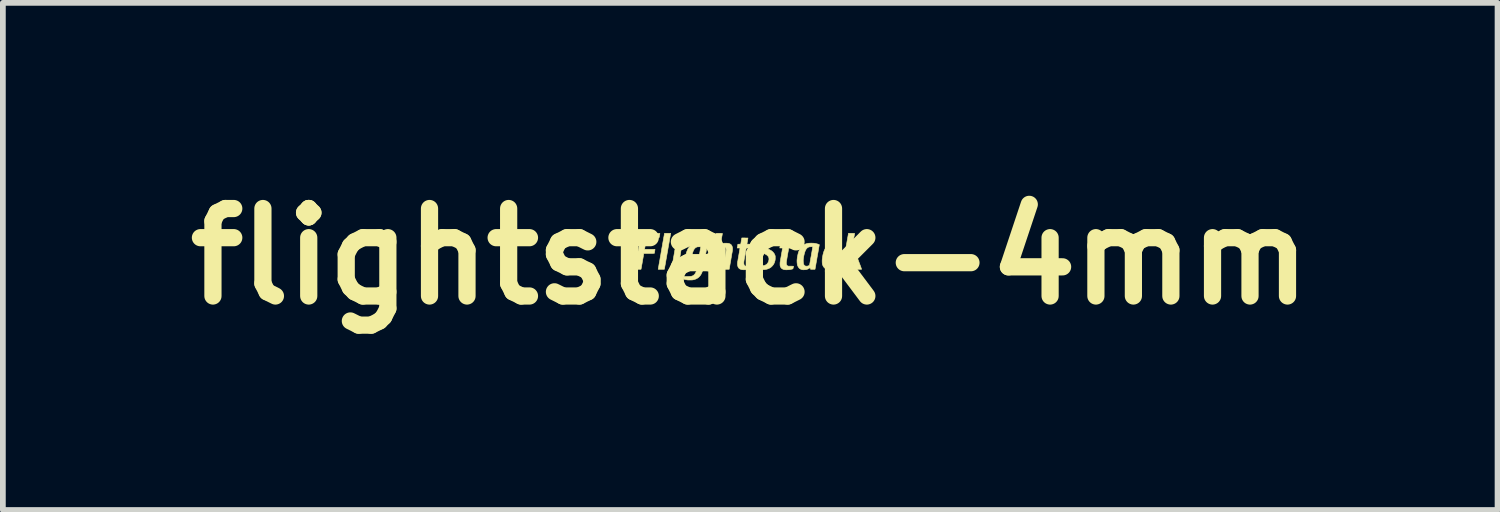
<source format=kicad_pcb>
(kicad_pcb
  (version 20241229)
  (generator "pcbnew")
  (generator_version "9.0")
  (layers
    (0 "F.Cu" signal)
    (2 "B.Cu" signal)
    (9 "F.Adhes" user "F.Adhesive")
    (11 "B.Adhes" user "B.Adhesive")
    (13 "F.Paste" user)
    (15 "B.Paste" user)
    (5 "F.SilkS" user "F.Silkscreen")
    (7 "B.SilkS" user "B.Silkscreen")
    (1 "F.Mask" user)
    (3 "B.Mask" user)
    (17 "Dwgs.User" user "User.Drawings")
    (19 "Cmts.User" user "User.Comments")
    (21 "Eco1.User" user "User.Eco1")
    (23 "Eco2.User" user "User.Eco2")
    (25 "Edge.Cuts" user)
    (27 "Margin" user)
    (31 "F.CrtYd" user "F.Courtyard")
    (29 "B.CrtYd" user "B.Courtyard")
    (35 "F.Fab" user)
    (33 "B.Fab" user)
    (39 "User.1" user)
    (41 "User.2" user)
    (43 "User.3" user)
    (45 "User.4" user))
  (footprint "flightstack-4mm"
    (layer "F.Cu")
    (at 10.022 1.418)
    (property "Reference" "flightstack-4mm" (at 0 0 0) (layer "F.SilkS") (effects (font (size 1.524 1.524) (thickness 0.3))))
    (attr through_hole)
    (fp_poly (pts (xy -1.199 -0.384) (xy -1.188 -0.384) (xy -1.178 -0.384) (xy -1.169 -0.384) (xy -1.163 -0.383) (xy -1.159 -0.383) (xy -1.159 -0.383) (xy -1.159 -0.381) (xy -1.159 -0.377) (xy -1.16 -0.37) (xy -1.162 -0.362) (xy -1.163 -0.352) (xy -1.165 -0.341) (xy -1.167 -0.33) (xy -1.169 -0.319) (xy -1.171 -0.308) (xy -1.172 -0.298) (xy -1.174 -0.29) (xy -1.175 -0.283) (xy -1.176 -0.279) (xy -1.176 -0.279) (xy -1.177 -0.275) (xy -1.23 -0.275) (xy -1.242 -0.275) (xy -1.254 -0.275) (xy -1.264 -0.275) (xy -1.273 -0.275) (xy -1.279 -0.276) (xy -1.283 -0.276) (xy -1.283 -0.276) (xy -1.283 -0.278) (xy -1.283 -0.282) (xy -1.282 -0.289) (xy -1.28 -0.298) (xy -1.278 -0.308) (xy -1.276 -0.32) (xy -1.274 -0.332) (xy -1.272 -0.345) (xy -1.27 -0.357) (xy -1.268 -0.369) (xy -1.266 -0.379) (xy -1.265 -0.384) (xy -1.212 -0.384) (xy -1.199 -0.384)) (stroke (width 0.01) (type solid)) (fill yes) (layer "F.SilkS"))
    (fp_poly (pts (xy -1.227 -0.223) (xy -1.215 -0.223) (xy -1.205 -0.223) (xy -1.197 -0.223) (xy -1.19 -0.223) (xy -1.187 -0.222) (xy -1.186 -0.222) (xy -1.186 -0.221) (xy -1.187 -0.216) (xy -1.188 -0.209) (xy -1.19 -0.199) (xy -1.192 -0.187) (xy -1.194 -0.172) (xy -1.197 -0.156) (xy -1.2 -0.139) (xy -1.203 -0.119) (xy -1.207 -0.099) (xy -1.211 -0.078) (xy -1.214 -0.056) (xy -1.218 -0.033) (xy -1.222 -0.01) (xy -1.226 0.013) (xy -1.231 0.036) (xy -1.234 0.058) (xy -1.238 0.08) (xy -1.242 0.101) (xy -1.246 0.121) (xy -1.249 0.14) (xy -1.252 0.158) (xy -1.255 0.174) (xy -1.258 0.188) (xy -1.26 0.2) (xy -1.262 0.21) (xy -1.263 0.217) (xy -1.264 0.221) (xy -1.264 0.222) (xy -1.265 0.223) (xy -1.266 0.224) (xy -1.268 0.224) (xy -1.271 0.224) (xy -1.275 0.225) (xy -1.282 0.225) (xy -1.291 0.225) (xy -1.302 0.225) (xy -1.316 0.225) (xy -1.318 0.225) (xy -1.331 0.225) (xy -1.342 0.225) (xy -1.353 0.225) (xy -1.361 0.225) (xy -1.367 0.224) (xy -1.371 0.224) (xy -1.371 0.224) (xy -1.371 0.222) (xy -1.37 0.217) (xy -1.369 0.21) (xy -1.367 0.2) (xy -1.365 0.188) (xy -1.363 0.174) (xy -1.36 0.157) (xy -1.357 0.14) (xy -1.353 0.121) (xy -1.35 0.1) (xy -1.346 0.079) (xy -1.342 0.057) (xy -1.338 0.034) (xy -1.334 0.011) (xy -1.33 -0.012) (xy -1.326 -0.034) (xy -1.322 -0.057) (xy -1.318 -0.079) (xy -1.315 -0.1) (xy -1.311 -0.12) (xy -1.308 -0.139) (xy -1.305 -0.157) (xy -1.302 -0.172) (xy -1.299 -0.186) (xy -1.297 -0.198) (xy -1.296 -0.208) (xy -1.294 -0.214) (xy -1.294 -0.219) (xy -1.293 -0.22) (xy -1.292 -0.223) (xy -1.24 -0.223) (xy -1.227 -0.223)) (stroke (width 0.01) (type solid)) (fill yes) (layer "F.SilkS"))
    (fp_poly (pts (xy -1.386 -0.397) (xy -1.387 -0.395) (xy -1.388 -0.39) (xy -1.389 -0.383) (xy -1.391 -0.372) (xy -1.393 -0.359) (xy -1.396 -0.343) (xy -1.399 -0.326) (xy -1.403 -0.306) (xy -1.406 -0.284) (xy -1.411 -0.26) (xy -1.415 -0.235) (xy -1.42 -0.209) (xy -1.425 -0.181) (xy -1.43 -0.152) (xy -1.435 -0.122) (xy -1.44 -0.091) (xy -1.441 -0.086) (xy -1.447 -0.055) (xy -1.452 -0.025) (xy -1.457 0.004) (xy -1.462 0.032) (xy -1.467 0.059) (xy -1.471 0.084) (xy -1.475 0.108) (xy -1.479 0.13) (xy -1.483 0.15) (xy -1.486 0.168) (xy -1.489 0.183) (xy -1.491 0.197) (xy -1.493 0.207) (xy -1.494 0.215) (xy -1.495 0.221) (xy -1.496 0.223) (xy -1.496 0.223) (xy -1.497 0.224) (xy -1.499 0.224) (xy -1.504 0.224) (xy -1.51 0.225) (xy -1.519 0.225) (xy -1.53 0.225) (xy -1.544 0.225) (xy -1.55 0.225) (xy -1.564 0.225) (xy -1.576 0.225) (xy -1.585 0.225) (xy -1.592 0.225) (xy -1.597 0.225) (xy -1.6 0.224) (xy -1.602 0.224) (xy -1.603 0.223) (xy -1.603 0.222) (xy -1.602 0.221) (xy -1.602 0.216) (xy -1.6 0.208) (xy -1.599 0.198) (xy -1.596 0.186) (xy -1.594 0.171) (xy -1.591 0.154) (xy -1.588 0.135) (xy -1.584 0.115) (xy -1.58 0.093) (xy -1.576 0.07) (xy -1.572 0.045) (xy -1.568 0.02) (xy -1.563 -0.006) (xy -1.558 -0.032) (xy -1.554 -0.059) (xy -1.549 -0.086) (xy -1.544 -0.113) (xy -1.54 -0.14) (xy -1.535 -0.167) (xy -1.53 -0.193) (xy -1.526 -0.218) (xy -1.522 -0.242) (xy -1.518 -0.265) (xy -1.514 -0.287) (xy -1.51 -0.307) (xy -1.507 -0.326) (xy -1.504 -0.343) (xy -1.501 -0.358) (xy -1.499 -0.37) (xy -1.497 -0.38) (xy -1.496 -0.388) (xy -1.495 -0.392) (xy -1.495 -0.393) (xy -1.493 -0.402) (xy -1.385 -0.402) (xy -1.386 -0.397)) (stroke (width 0.01) (type solid)) (fill yes) (layer "F.SilkS"))
    (fp_poly (pts (xy 1.525 -0.229) (xy 1.554 -0.224) (xy 1.564 -0.222) (xy 1.573 -0.22) (xy 1.581 -0.218) (xy 1.587 -0.216) (xy 1.592 -0.215) (xy 1.595 -0.213) (xy 1.595 -0.213) (xy 1.594 -0.211) (xy 1.594 -0.207) (xy 1.593 -0.201) (xy 1.592 -0.194) (xy 1.59 -0.187) (xy 1.589 -0.181) (xy 1.588 -0.176) (xy 1.588 -0.173) (xy 1.587 -0.172) (xy 1.587 -0.169) (xy 1.533 -0.169) (xy 1.517 -0.169) (xy 1.503 -0.169) (xy 1.491 -0.168) (xy 1.482 -0.168) (xy 1.474 -0.167) (xy 1.468 -0.166) (xy 1.462 -0.165) (xy 1.457 -0.163) (xy 1.452 -0.161) (xy 1.448 -0.159) (xy 1.437 -0.152) (xy 1.426 -0.142) (xy 1.415 -0.13) (xy 1.406 -0.115) (xy 1.397 -0.098) (xy 1.39 -0.081) (xy 1.385 -0.065) (xy 1.38 -0.047) (xy 1.375 -0.027) (xy 1.371 -0.006) (xy 1.368 0.015) (xy 1.365 0.036) (xy 1.363 0.055) (xy 1.362 0.073) (xy 1.362 0.081) (xy 1.362 0.099) (xy 1.364 0.114) (xy 1.368 0.127) (xy 1.372 0.138) (xy 1.379 0.148) (xy 1.384 0.153) (xy 1.389 0.157) (xy 1.393 0.161) (xy 1.398 0.163) (xy 1.404 0.165) (xy 1.411 0.167) (xy 1.419 0.168) (xy 1.429 0.169) (xy 1.44 0.17) (xy 1.455 0.17) (xy 1.471 0.17) (xy 1.483 0.17) (xy 1.498 0.17) (xy 1.51 0.171) (xy 1.52 0.171) (xy 1.527 0.171) (xy 1.531 0.171) (xy 1.534 0.172) (xy 1.535 0.172) (xy 1.535 0.172) (xy 1.535 0.176) (xy 1.534 0.181) (xy 1.533 0.188) (xy 1.531 0.195) (xy 1.53 0.203) (xy 1.529 0.209) (xy 1.527 0.213) (xy 1.527 0.215) (xy 1.524 0.216) (xy 1.519 0.218) (xy 1.512 0.22) (xy 1.504 0.222) (xy 1.494 0.224) (xy 1.485 0.226) (xy 1.475 0.228) (xy 1.468 0.229) (xy 1.457 0.23) (xy 1.445 0.231) (xy 1.431 0.232) (xy 1.416 0.232) (xy 1.402 0.232) (xy 1.389 0.232) (xy 1.377 0.232) (xy 1.369 0.231) (xy 1.353 0.228) (xy 1.338 0.224) (xy 1.325 0.219) (xy 1.313 0.213) (xy 1.312 0.213) (xy 1.306 0.209) (xy 1.299 0.203) (xy 1.292 0.197) (xy 1.29 0.195) (xy 1.284 0.188) (xy 1.279 0.182) (xy 1.274 0.175) (xy 1.27 0.167) (xy 1.265 0.156) (xy 1.261 0.146) (xy 1.258 0.135) (xy 1.256 0.125) (xy 1.255 0.112) (xy 1.254 0.098) (xy 1.254 0.095) (xy 1.254 0.08) (xy 1.254 0.066) (xy 1.255 0.052) (xy 1.257 0.038) (xy 1.259 0.022) (xy 1.262 0.004) (xy 1.262 0.001) (xy 1.268 -0.031) (xy 1.276 -0.06) (xy 1.284 -0.087) (xy 1.294 -0.111) (xy 1.305 -0.132) (xy 1.317 -0.152) (xy 1.33 -0.17) (xy 1.331 -0.17) (xy 1.344 -0.183) (xy 1.36 -0.196) (xy 1.376 -0.207) (xy 1.394 -0.216) (xy 1.411 -0.222) (xy 1.415 -0.223) (xy 1.441 -0.228) (xy 1.468 -0.231) (xy 1.496 -0.231) (xy 1.525 -0.229)) (stroke (width 0.01) (type solid)) (fill yes) (layer "F.SilkS"))
    (fp_poly (pts (xy -1.714 -0.402) (xy -1.693 -0.402) (xy -1.672 -0.402) (xy -1.653 -0.402) (xy -1.635 -0.402) (xy -1.619 -0.402) (xy -1.606 -0.401) (xy -1.594 -0.401) (xy -1.585 -0.401) (xy -1.578 -0.401) (xy -1.575 -0.401) (xy -1.574 -0.401) (xy -1.574 -0.399) (xy -1.575 -0.394) (xy -1.576 -0.387) (xy -1.577 -0.379) (xy -1.579 -0.369) (xy -1.58 -0.365) (xy -1.586 -0.33) (xy -1.805 -0.33) (xy -1.823 -0.228) (xy -1.826 -0.21) (xy -1.829 -0.193) (xy -1.832 -0.178) (xy -1.834 -0.164) (xy -1.836 -0.152) (xy -1.838 -0.141) (xy -1.839 -0.133) (xy -1.84 -0.128) (xy -1.841 -0.125) (xy -1.841 -0.125) (xy -1.839 -0.125) (xy -1.835 -0.125) (xy -1.828 -0.124) (xy -1.818 -0.124) (xy -1.806 -0.124) (xy -1.793 -0.124) (xy -1.778 -0.124) (xy -1.762 -0.124) (xy -1.75 -0.124) (xy -1.73 -0.124) (xy -1.713 -0.124) (xy -1.698 -0.124) (xy -1.687 -0.124) (xy -1.677 -0.123) (xy -1.67 -0.123) (xy -1.665 -0.123) (xy -1.661 -0.123) (xy -1.66 -0.122) (xy -1.659 -0.122) (xy -1.659 -0.12) (xy -1.66 -0.115) (xy -1.661 -0.108) (xy -1.663 -0.099) (xy -1.664 -0.09) (xy -1.665 -0.088) (xy -1.666 -0.078) (xy -1.668 -0.069) (xy -1.669 -0.062) (xy -1.67 -0.057) (xy -1.67 -0.054) (xy -1.67 -0.054) (xy -1.672 -0.054) (xy -1.676 -0.054) (xy -1.683 -0.054) (xy -1.693 -0.053) (xy -1.705 -0.053) (xy -1.718 -0.053) (xy -1.733 -0.053) (xy -1.749 -0.053) (xy -1.762 -0.053) (xy -1.853 -0.053) (xy -1.854 -0.049) (xy -1.855 -0.047) (xy -1.856 -0.042) (xy -1.857 -0.035) (xy -1.859 -0.024) (xy -1.861 -0.012) (xy -1.863 0.002) (xy -1.866 0.018) (xy -1.869 0.036) (xy -1.873 0.055) (xy -1.876 0.075) (xy -1.878 0.088) (xy -1.882 0.108) (xy -1.885 0.128) (xy -1.889 0.146) (xy -1.892 0.163) (xy -1.894 0.178) (xy -1.897 0.192) (xy -1.899 0.203) (xy -1.9 0.212) (xy -1.902 0.219) (xy -1.902 0.223) (xy -1.903 0.223) (xy -1.904 0.224) (xy -1.909 0.224) (xy -1.916 0.225) (xy -1.924 0.225) (xy -1.934 0.225) (xy -1.945 0.225) (xy -1.956 0.225) (xy -1.968 0.225) (xy -1.978 0.225) (xy -1.988 0.225) (xy -1.997 0.225) (xy -2.003 0.224) (xy -2.008 0.224) (xy -2.009 0.224) (xy -2.009 0.224) (xy -2.009 0.222) (xy -2.008 0.217) (xy -2.007 0.21) (xy -2.005 0.2) (xy -2.003 0.187) (xy -2.001 0.173) (xy -1.998 0.156) (xy -1.994 0.137) (xy -1.991 0.117) (xy -1.987 0.095) (xy -1.983 0.072) (xy -1.979 0.048) (xy -1.974 0.022) (xy -1.97 -0.004) (xy -1.965 -0.03) (xy -1.96 -0.057) (xy -1.956 -0.084) (xy -1.951 -0.111) (xy -1.946 -0.138) (xy -1.942 -0.165) (xy -1.937 -0.191) (xy -1.932 -0.216) (xy -1.928 -0.241) (xy -1.924 -0.264) (xy -1.92 -0.286) (xy -1.917 -0.307) (xy -1.913 -0.326) (xy -1.91 -0.343) (xy -1.908 -0.358) (xy -1.905 -0.371) (xy -1.903 -0.382) (xy -1.902 -0.39) (xy -1.901 -0.395) (xy -1.901 -0.397) (xy -1.9 -0.402) (xy -1.737 -0.402) (xy -1.714 -0.402)) (stroke (width 0.01) (type solid)) (fill yes) (layer "F.SilkS"))
    (fp_poly (pts (xy 1.778 -0.402) (xy 1.789 -0.402) (xy 1.8 -0.402) (xy 1.808 -0.401) (xy 1.814 -0.401) (xy 1.818 -0.401) (xy 1.819 -0.401) (xy 1.818 -0.399) (xy 1.818 -0.394) (xy 1.817 -0.387) (xy 1.815 -0.377) (xy 1.813 -0.364) (xy 1.81 -0.35) (xy 1.807 -0.333) (xy 1.804 -0.315) (xy 1.801 -0.295) (xy 1.797 -0.274) (xy 1.793 -0.252) (xy 1.789 -0.228) (xy 1.787 -0.219) (xy 1.783 -0.195) (xy 1.779 -0.172) (xy 1.775 -0.15) (xy 1.772 -0.13) (xy 1.769 -0.111) (xy 1.766 -0.094) (xy 1.763 -0.078) (xy 1.761 -0.065) (xy 1.759 -0.054) (xy 1.757 -0.045) (xy 1.756 -0.039) (xy 1.756 -0.036) (xy 1.756 -0.036) (xy 1.757 -0.037) (xy 1.76 -0.04) (xy 1.764 -0.046) (xy 1.77 -0.053) (xy 1.777 -0.063) (xy 1.785 -0.074) (xy 1.794 -0.086) (xy 1.804 -0.1) (xy 1.815 -0.114) (xy 1.826 -0.128) (xy 1.895 -0.223) (xy 1.952 -0.223) (xy 1.965 -0.223) (xy 1.977 -0.223) (xy 1.988 -0.223) (xy 1.997 -0.223) (xy 2.004 -0.223) (xy 2.008 -0.223) (xy 2.01 -0.222) (xy 2.009 -0.221) (xy 2.006 -0.217) (xy 2.002 -0.211) (xy 1.996 -0.203) (xy 1.989 -0.193) (xy 1.981 -0.182) (xy 1.971 -0.169) (xy 1.961 -0.155) (xy 1.95 -0.14) (xy 1.938 -0.124) (xy 1.932 -0.117) (xy 1.853 -0.013) (xy 1.897 0.105) (xy 1.904 0.124) (xy 1.911 0.141) (xy 1.917 0.158) (xy 1.923 0.173) (xy 1.928 0.187) (xy 1.932 0.199) (xy 1.936 0.209) (xy 1.938 0.216) (xy 1.94 0.221) (xy 1.941 0.224) (xy 1.941 0.224) (xy 1.939 0.224) (xy 1.935 0.224) (xy 1.928 0.225) (xy 1.918 0.225) (xy 1.908 0.225) (xy 1.895 0.225) (xy 1.883 0.225) (xy 1.826 0.225) (xy 1.823 0.218) (xy 1.822 0.216) (xy 1.82 0.21) (xy 1.817 0.202) (xy 1.814 0.192) (xy 1.809 0.18) (xy 1.804 0.166) (xy 1.799 0.151) (xy 1.793 0.135) (xy 1.787 0.118) (xy 1.784 0.11) (xy 1.778 0.092) (xy 1.772 0.076) (xy 1.767 0.061) (xy 1.762 0.048) (xy 1.758 0.036) (xy 1.754 0.026) (xy 1.751 0.018) (xy 1.749 0.013) (xy 1.748 0.01) (xy 1.748 0.01) (xy 1.747 0.012) (xy 1.746 0.017) (xy 1.745 0.024) (xy 1.743 0.034) (xy 1.741 0.046) (xy 1.739 0.06) (xy 1.736 0.075) (xy 1.733 0.092) (xy 1.73 0.109) (xy 1.728 0.118) (xy 1.71 0.224) (xy 1.656 0.225) (xy 1.642 0.225) (xy 1.63 0.225) (xy 1.621 0.225) (xy 1.614 0.225) (xy 1.609 0.225) (xy 1.606 0.224) (xy 1.604 0.224) (xy 1.603 0.223) (xy 1.603 0.223) (xy 1.603 0.222) (xy 1.603 0.22) (xy 1.604 0.215) (xy 1.605 0.208) (xy 1.607 0.197) (xy 1.609 0.185) (xy 1.612 0.17) (xy 1.615 0.153) (xy 1.618 0.134) (xy 1.621 0.114) (xy 1.625 0.092) (xy 1.629 0.069) (xy 1.633 0.044) (xy 1.638 0.019) (xy 1.642 -0.007) (xy 1.647 -0.034) (xy 1.652 -0.061) (xy 1.657 -0.088) (xy 1.661 -0.115) (xy 1.666 -0.142) (xy 1.671 -0.169) (xy 1.675 -0.195) (xy 1.68 -0.22) (xy 1.684 -0.244) (xy 1.688 -0.268) (xy 1.692 -0.29) (xy 1.696 -0.31) (xy 1.699 -0.329) (xy 1.702 -0.346) (xy 1.705 -0.361) (xy 1.707 -0.374) (xy 1.709 -0.384) (xy 1.71 -0.392) (xy 1.711 -0.396) (xy 1.711 -0.398) (xy 1.712 -0.402) (xy 1.765 -0.402) (xy 1.778 -0.402)) (stroke (width 0.01) (type solid)) (fill yes) (layer "F.SilkS"))
    (fp_poly (pts (xy 0.661 -0.321) (xy 0.672 -0.321) (xy 0.682 -0.321) (xy 0.691 -0.321) (xy 0.697 -0.321) (xy 0.701 -0.321) (xy 0.701 -0.32) (xy 0.701 -0.319) (xy 0.701 -0.314) (xy 0.7 -0.307) (xy 0.698 -0.299) (xy 0.697 -0.289) (xy 0.695 -0.278) (xy 0.693 -0.267) (xy 0.691 -0.256) (xy 0.689 -0.245) (xy 0.687 -0.235) (xy 0.686 -0.227) (xy 0.685 -0.22) (xy 0.684 -0.219) (xy 0.683 -0.214) (xy 0.804 -0.214) (xy 0.803 -0.209) (xy 0.803 -0.205) (xy 0.801 -0.2) (xy 0.8 -0.192) (xy 0.799 -0.184) (xy 0.799 -0.184) (xy 0.795 -0.164) (xy 0.786 -0.161) (xy 0.767 -0.157) (xy 0.746 -0.153) (xy 0.724 -0.149) (xy 0.703 -0.147) (xy 0.693 -0.147) (xy 0.685 -0.146) (xy 0.679 -0.146) (xy 0.675 -0.145) (xy 0.673 -0.145) (xy 0.672 -0.144) (xy 0.671 -0.142) (xy 0.671 -0.14) (xy 0.67 -0.134) (xy 0.668 -0.126) (xy 0.666 -0.115) (xy 0.664 -0.103) (xy 0.662 -0.089) (xy 0.659 -0.074) (xy 0.656 -0.058) (xy 0.653 -0.041) (xy 0.65 -0.024) (xy 0.647 -0.007) (xy 0.644 0.009) (xy 0.642 0.025) (xy 0.639 0.04) (xy 0.637 0.054) (xy 0.635 0.066) (xy 0.633 0.076) (xy 0.632 0.084) (xy 0.631 0.09) (xy 0.63 0.092) (xy 0.629 0.109) (xy 0.629 0.124) (xy 0.632 0.138) (xy 0.636 0.149) (xy 0.642 0.158) (xy 0.65 0.164) (xy 0.66 0.168) (xy 0.661 0.169) (xy 0.665 0.169) (xy 0.671 0.17) (xy 0.68 0.17) (xy 0.691 0.17) (xy 0.702 0.17) (xy 0.711 0.17) (xy 0.723 0.17) (xy 0.733 0.17) (xy 0.742 0.171) (xy 0.748 0.171) (xy 0.752 0.171) (xy 0.754 0.171) (xy 0.754 0.174) (xy 0.753 0.18) (xy 0.751 0.186) (xy 0.75 0.194) (xy 0.748 0.201) (xy 0.747 0.207) (xy 0.745 0.212) (xy 0.744 0.215) (xy 0.744 0.216) (xy 0.741 0.217) (xy 0.735 0.219) (xy 0.727 0.221) (xy 0.719 0.223) (xy 0.711 0.225) (xy 0.707 0.226) (xy 0.688 0.229) (xy 0.668 0.231) (xy 0.649 0.232) (xy 0.63 0.233) (xy 0.613 0.232) (xy 0.601 0.231) (xy 0.582 0.227) (xy 0.567 0.221) (xy 0.553 0.213) (xy 0.542 0.203) (xy 0.533 0.191) (xy 0.526 0.177) (xy 0.523 0.167) (xy 0.521 0.159) (xy 0.52 0.149) (xy 0.52 0.137) (xy 0.52 0.125) (xy 0.52 0.113) (xy 0.521 0.104) (xy 0.521 0.101) (xy 0.522 0.094) (xy 0.524 0.086) (xy 0.526 0.074) (xy 0.528 0.061) (xy 0.53 0.047) (xy 0.533 0.031) (xy 0.536 0.014) (xy 0.539 -0.003) (xy 0.542 -0.021) (xy 0.545 -0.038) (xy 0.548 -0.056) (xy 0.551 -0.072) (xy 0.554 -0.088) (xy 0.556 -0.102) (xy 0.558 -0.115) (xy 0.56 -0.126) (xy 0.562 -0.134) (xy 0.563 -0.14) (xy 0.563 -0.143) (xy 0.564 -0.144) (xy 0.563 -0.145) (xy 0.562 -0.146) (xy 0.559 -0.146) (xy 0.554 -0.146) (xy 0.547 -0.147) (xy 0.54 -0.147) (xy 0.515 -0.147) (xy 0.521 -0.18) (xy 0.526 -0.213) (xy 0.551 -0.213) (xy 0.56 -0.214) (xy 0.567 -0.214) (xy 0.571 -0.214) (xy 0.574 -0.215) (xy 0.575 -0.215) (xy 0.576 -0.217) (xy 0.576 -0.217) (xy 0.577 -0.22) (xy 0.578 -0.225) (xy 0.579 -0.233) (xy 0.581 -0.242) (xy 0.583 -0.253) (xy 0.585 -0.265) (xy 0.585 -0.268) (xy 0.587 -0.28) (xy 0.589 -0.291) (xy 0.591 -0.301) (xy 0.592 -0.309) (xy 0.593 -0.314) (xy 0.594 -0.318) (xy 0.594 -0.318) (xy 0.595 -0.322) (xy 0.648 -0.322) (xy 0.661 -0.321)) (stroke (width 0.01) (type solid)) (fill yes) (layer "F.SilkS"))
    (fp_poly (pts (xy 1.079 -0.231) (xy 1.092 -0.23) (xy 1.104 -0.23) (xy 1.113 -0.229) (xy 1.118 -0.229) (xy 1.128 -0.227) (xy 1.138 -0.225) (xy 1.149 -0.222) (xy 1.16 -0.22) (xy 1.171 -0.217) (xy 1.181 -0.214) (xy 1.19 -0.211) (xy 1.197 -0.208) (xy 1.202 -0.206) (xy 1.204 -0.204) (xy 1.204 -0.204) (xy 1.204 -0.202) (xy 1.203 -0.197) (xy 1.202 -0.19) (xy 1.2 -0.18) (xy 1.198 -0.168) (xy 1.195 -0.153) (xy 1.193 -0.137) (xy 1.19 -0.12) (xy 1.186 -0.101) (xy 1.183 -0.08) (xy 1.179 -0.059) (xy 1.175 -0.037) (xy 1.171 -0.015) (xy 1.167 0.007) (xy 1.163 0.03) (xy 1.16 0.052) (xy 1.156 0.074) (xy 1.152 0.095) (xy 1.148 0.116) (xy 1.145 0.135) (xy 1.142 0.153) (xy 1.139 0.17) (xy 1.136 0.184) (xy 1.134 0.197) (xy 1.132 0.207) (xy 1.131 0.215) (xy 1.13 0.221) (xy 1.129 0.223) (xy 1.129 0.223) (xy 1.128 0.224) (xy 1.126 0.224) (xy 1.121 0.225) (xy 1.114 0.225) (xy 1.104 0.225) (xy 1.091 0.225) (xy 1.091 0.225) (xy 1.053 0.225) (xy 1.049 0.211) (xy 1.047 0.205) (xy 1.044 0.201) (xy 1.043 0.198) (xy 1.042 0.198) (xy 1.04 0.199) (xy 1.036 0.201) (xy 1.031 0.204) (xy 1.028 0.206) (xy 1.013 0.215) (xy 1 0.221) (xy 0.987 0.226) (xy 0.974 0.23) (xy 0.959 0.231) (xy 0.942 0.232) (xy 0.942 0.232) (xy 0.931 0.233) (xy 0.923 0.233) (xy 0.916 0.232) (xy 0.909 0.231) (xy 0.903 0.23) (xy 0.886 0.225) (xy 0.87 0.217) (xy 0.856 0.207) (xy 0.845 0.194) (xy 0.835 0.179) (xy 0.827 0.162) (xy 0.821 0.142) (xy 0.818 0.119) (xy 0.817 0.11) (xy 0.816 0.09) (xy 0.816 0.08) (xy 0.924 0.08) (xy 0.924 0.08) (xy 0.925 0.1) (xy 0.927 0.117) (xy 0.93 0.132) (xy 0.935 0.144) (xy 0.941 0.153) (xy 0.949 0.161) (xy 0.958 0.166) (xy 0.965 0.168) (xy 0.977 0.17) (xy 0.99 0.17) (xy 1 0.168) (xy 1.008 0.166) (xy 1.016 0.163) (xy 1.023 0.16) (xy 1.029 0.156) (xy 1.032 0.153) (xy 1.033 0.151) (xy 1.034 0.147) (xy 1.036 0.14) (xy 1.038 0.13) (xy 1.04 0.117) (xy 1.043 0.102) (xy 1.046 0.083) (xy 1.05 0.062) (xy 1.054 0.037) (xy 1.059 0.01) (xy 1.062 -0.005) (xy 1.066 -0.027) (xy 1.069 -0.048) (xy 1.073 -0.068) (xy 1.076 -0.087) (xy 1.079 -0.104) (xy 1.082 -0.12) (xy 1.084 -0.133) (xy 1.086 -0.145) (xy 1.088 -0.154) (xy 1.089 -0.16) (xy 1.089 -0.164) (xy 1.09 -0.164) (xy 1.09 -0.169) (xy 1.066 -0.169) (xy 1.049 -0.168) (xy 1.034 -0.167) (xy 1.021 -0.164) (xy 1.01 -0.159) (xy 1 -0.153) (xy 0.991 -0.146) (xy 0.991 -0.145) (xy 0.98 -0.134) (xy 0.971 -0.121) (xy 0.963 -0.106) (xy 0.956 -0.089) (xy 0.949 -0.07) (xy 0.943 -0.048) (xy 0.937 -0.023) (xy 0.933 -0.005) (xy 0.93 0.016) (xy 0.927 0.034) (xy 0.925 0.05) (xy 0.924 0.065) (xy 0.924 0.08) (xy 0.816 0.08) (xy 0.816 0.069) (xy 0.818 0.046) (xy 0.821 0.02) (xy 0.826 -0.006) (xy 0.831 -0.033) (xy 0.837 -0.057) (xy 0.844 -0.079) (xy 0.852 -0.1) (xy 0.859 -0.114) (xy 0.871 -0.137) (xy 0.884 -0.157) (xy 0.899 -0.175) (xy 0.916 -0.19) (xy 0.935 -0.202) (xy 0.955 -0.213) (xy 0.978 -0.221) (xy 1.003 -0.227) (xy 1.008 -0.228) (xy 1.015 -0.229) (xy 1.026 -0.23) (xy 1.038 -0.23) (xy 1.051 -0.231) (xy 1.065 -0.231) (xy 1.079 -0.231)) (stroke (width 0.01) (type solid)) (fill yes) (layer "F.SilkS"))
    (fp_poly (pts (xy -0.081 -0.321) (xy -0.069 -0.321) (xy -0.059 -0.321) (xy -0.05 -0.321) (xy -0.044 -0.321) (xy -0.041 -0.321) (xy -0.04 -0.32) (xy -0.04 -0.319) (xy -0.04 -0.314) (xy -0.042 -0.307) (xy -0.043 -0.299) (xy -0.045 -0.289) (xy -0.046 -0.278) (xy -0.048 -0.267) (xy -0.05 -0.255) (xy -0.052 -0.245) (xy -0.054 -0.235) (xy -0.055 -0.226) (xy -0.057 -0.219) (xy -0.057 -0.218) (xy -0.058 -0.214) (xy 0.063 -0.214) (xy 0.062 -0.209) (xy 0.061 -0.205) (xy 0.06 -0.2) (xy 0.059 -0.192) (xy 0.058 -0.184) (xy 0.058 -0.184) (xy 0.054 -0.164) (xy 0.045 -0.161) (xy 0.026 -0.157) (xy 0.005 -0.153) (xy -0.017 -0.149) (xy -0.038 -0.147) (xy -0.048 -0.147) (xy -0.057 -0.146) (xy -0.062 -0.146) (xy -0.066 -0.145) (xy -0.068 -0.145) (xy -0.07 -0.144) (xy -0.07 -0.142) (xy -0.07 -0.14) (xy -0.071 -0.135) (xy -0.073 -0.128) (xy -0.074 -0.118) (xy -0.077 -0.105) (xy -0.079 -0.091) (xy -0.082 -0.076) (xy -0.085 -0.059) (xy -0.088 -0.041) (xy -0.091 -0.024) (xy -0.095 -0.002) (xy -0.098 0.017) (xy -0.101 0.034) (xy -0.104 0.048) (xy -0.106 0.06) (xy -0.107 0.07) (xy -0.109 0.079) (xy -0.11 0.086) (xy -0.11 0.092) (xy -0.111 0.097) (xy -0.111 0.102) (xy -0.111 0.106) (xy -0.112 0.11) (xy -0.112 0.111) (xy -0.111 0.123) (xy -0.11 0.133) (xy -0.108 0.142) (xy -0.105 0.148) (xy -0.101 0.155) (xy -0.097 0.159) (xy -0.094 0.162) (xy -0.091 0.164) (xy -0.087 0.166) (xy -0.083 0.168) (xy -0.078 0.169) (xy -0.071 0.17) (xy -0.062 0.17) (xy -0.051 0.17) (xy -0.038 0.17) (xy -0.03 0.17) (xy -0.018 0.17) (xy -0.008 0.17) (xy 0.000457 0.171) (xy 0.007 0.171) (xy 0.011 0.171) (xy 0.013 0.171) (xy 0.012 0.175) (xy 0.011 0.18) (xy 0.01 0.187) (xy 0.008 0.195) (xy 0.007 0.202) (xy 0.005 0.208) (xy 0.004 0.213) (xy 0.003 0.216) (xy 0.003 0.216) (xy -0.001 0.217) (xy -0.006 0.219) (xy -0.014 0.221) (xy -0.022 0.223) (xy -0.031 0.225) (xy -0.034 0.226) (xy -0.053 0.229) (xy -0.073 0.231) (xy -0.093 0.232) (xy -0.111 0.233) (xy -0.128 0.232) (xy -0.14 0.231) (xy -0.158 0.227) (xy -0.174 0.221) (xy -0.187 0.214) (xy -0.198 0.204) (xy -0.207 0.193) (xy -0.211 0.184) (xy -0.217 0.169) (xy -0.22 0.152) (xy -0.222 0.132) (xy -0.221 0.112) (xy -0.22 0.101) (xy -0.22 0.098) (xy -0.219 0.092) (xy -0.217 0.083) (xy -0.215 0.073) (xy -0.213 0.06) (xy -0.211 0.046) (xy -0.208 0.03) (xy -0.205 0.014) (xy -0.202 -0.003) (xy -0.199 -0.021) (xy -0.196 -0.038) (xy -0.193 -0.055) (xy -0.19 -0.071) (xy -0.188 -0.087) (xy -0.185 -0.101) (xy -0.183 -0.114) (xy -0.181 -0.124) (xy -0.18 -0.133) (xy -0.178 -0.139) (xy -0.178 -0.142) (xy -0.178 -0.143) (xy -0.177 -0.144) (xy -0.178 -0.145) (xy -0.179 -0.146) (xy -0.182 -0.146) (xy -0.187 -0.146) (xy -0.194 -0.147) (xy -0.201 -0.147) (xy -0.226 -0.147) (xy -0.22 -0.18) (xy -0.215 -0.213) (xy -0.19 -0.213) (xy -0.181 -0.214) (xy -0.174 -0.214) (xy -0.17 -0.214) (xy -0.167 -0.215) (xy -0.166 -0.215) (xy -0.165 -0.217) (xy -0.165 -0.217) (xy -0.164 -0.22) (xy -0.163 -0.225) (xy -0.162 -0.233) (xy -0.16 -0.242) (xy -0.159 -0.253) (xy -0.156 -0.265) (xy -0.156 -0.268) (xy -0.154 -0.28) (xy -0.152 -0.291) (xy -0.15 -0.301) (xy -0.149 -0.309) (xy -0.148 -0.314) (xy -0.147 -0.318) (xy -0.147 -0.318) (xy -0.146 -0.322) (xy -0.093 -0.322) (xy -0.081 -0.321)) (stroke (width 0.01) (type solid)) (fill yes) (layer "F.SilkS"))
    (fp_poly (pts (xy -0.526 -0.402) (xy -0.514 -0.402) (xy -0.504 -0.402) (xy -0.496 -0.401) (xy -0.489 -0.401) (xy -0.486 -0.401) (xy -0.485 -0.401) (xy -0.485 -0.399) (xy -0.486 -0.394) (xy -0.487 -0.387) (xy -0.488 -0.378) (xy -0.49 -0.367) (xy -0.493 -0.354) (xy -0.495 -0.34) (xy -0.497 -0.329) (xy -0.5 -0.313) (xy -0.503 -0.297) (xy -0.505 -0.282) (xy -0.508 -0.267) (xy -0.51 -0.254) (xy -0.512 -0.243) (xy -0.514 -0.235) (xy -0.514 -0.232) (xy -0.519 -0.206) (xy -0.503 -0.214) (xy -0.494 -0.218) (xy -0.483 -0.223) (xy -0.473 -0.226) (xy -0.472 -0.226) (xy -0.466 -0.228) (xy -0.461 -0.229) (xy -0.455 -0.23) (xy -0.449 -0.23) (xy -0.442 -0.23) (xy -0.433 -0.23) (xy -0.425 -0.23) (xy -0.408 -0.23) (xy -0.394 -0.229) (xy -0.382 -0.228) (xy -0.371 -0.225) (xy -0.36 -0.221) (xy -0.354 -0.219) (xy -0.341 -0.211) (xy -0.33 -0.201) (xy -0.321 -0.188) (xy -0.315 -0.174) (xy -0.31 -0.158) (xy -0.308 -0.14) (xy -0.308 -0.121) (xy -0.309 -0.113) (xy -0.309 -0.11) (xy -0.31 -0.104) (xy -0.311 -0.096) (xy -0.313 -0.084) (xy -0.315 -0.071) (xy -0.318 -0.056) (xy -0.321 -0.04) (xy -0.324 -0.022) (xy -0.327 -0.003) (xy -0.33 0.016) (xy -0.334 0.037) (xy -0.337 0.057) (xy -0.341 0.077) (xy -0.344 0.097) (xy -0.348 0.117) (xy -0.351 0.135) (xy -0.354 0.153) (xy -0.357 0.169) (xy -0.359 0.183) (xy -0.361 0.196) (xy -0.363 0.206) (xy -0.365 0.214) (xy -0.366 0.219) (xy -0.366 0.221) (xy -0.367 0.225) (xy -0.42 0.225) (xy -0.432 0.225) (xy -0.444 0.225) (xy -0.454 0.225) (xy -0.463 0.225) (xy -0.469 0.224) (xy -0.472 0.224) (xy -0.473 0.224) (xy -0.473 0.222) (xy -0.472 0.217) (xy -0.471 0.21) (xy -0.47 0.2) (xy -0.468 0.188) (xy -0.465 0.173) (xy -0.462 0.157) (xy -0.459 0.139) (xy -0.456 0.12) (xy -0.452 0.099) (xy -0.449 0.078) (xy -0.446 0.062) (xy -0.441 0.033) (xy -0.436 0.007) (xy -0.433 -0.016) (xy -0.429 -0.036) (xy -0.426 -0.053) (xy -0.424 -0.068) (xy -0.422 -0.081) (xy -0.42 -0.091) (xy -0.419 -0.1) (xy -0.418 -0.106) (xy -0.418 -0.11) (xy -0.418 -0.112) (xy -0.419 -0.125) (xy -0.422 -0.137) (xy -0.428 -0.147) (xy -0.429 -0.149) (xy -0.437 -0.157) (xy -0.447 -0.162) (xy -0.458 -0.166) (xy -0.471 -0.168) (xy -0.484 -0.168) (xy -0.497 -0.166) (xy -0.51 -0.162) (xy -0.519 -0.157) (xy -0.528 -0.152) (xy -0.561 0.036) (xy -0.594 0.224) (xy -0.648 0.225) (xy -0.662 0.225) (xy -0.674 0.225) (xy -0.683 0.225) (xy -0.689 0.225) (xy -0.694 0.225) (xy -0.698 0.224) (xy -0.699 0.224) (xy -0.7 0.223) (xy -0.701 0.223) (xy -0.701 0.222) (xy -0.701 0.22) (xy -0.7 0.215) (xy -0.699 0.207) (xy -0.697 0.197) (xy -0.695 0.185) (xy -0.692 0.17) (xy -0.689 0.153) (xy -0.686 0.134) (xy -0.682 0.113) (xy -0.678 0.091) (xy -0.674 0.068) (xy -0.67 0.044) (xy -0.666 0.018) (xy -0.661 -0.008) (xy -0.657 -0.034) (xy -0.652 -0.061) (xy -0.647 -0.089) (xy -0.642 -0.116) (xy -0.638 -0.143) (xy -0.633 -0.169) (xy -0.628 -0.195) (xy -0.624 -0.221) (xy -0.62 -0.245) (xy -0.615 -0.269) (xy -0.612 -0.29) (xy -0.608 -0.311) (xy -0.605 -0.33) (xy -0.602 -0.347) (xy -0.599 -0.362) (xy -0.597 -0.374) (xy -0.595 -0.385) (xy -0.593 -0.392) (xy -0.593 -0.397) (xy -0.592 -0.399) (xy -0.592 -0.4) (xy -0.591 -0.4) (xy -0.589 -0.401) (xy -0.586 -0.401) (xy -0.581 -0.402) (xy -0.575 -0.402) (xy -0.566 -0.402) (xy -0.555 -0.402) (xy -0.541 -0.402) (xy -0.539 -0.402) (xy -0.526 -0.402)) (stroke (width 0.01) (type solid)) (fill yes) (layer "F.SilkS"))
    (fp_poly (pts (xy 0.366 -0.409) (xy 0.385 -0.408) (xy 0.403 -0.407) (xy 0.421 -0.405) (xy 0.428 -0.404) (xy 0.436 -0.403) (xy 0.446 -0.401) (xy 0.455 -0.399) (xy 0.463 -0.397) (xy 0.47 -0.395) (xy 0.474 -0.393) (xy 0.476 -0.392) (xy 0.477 -0.39) (xy 0.476 -0.386) (xy 0.476 -0.379) (xy 0.475 -0.371) (xy 0.473 -0.363) (xy 0.472 -0.354) (xy 0.47 -0.346) (xy 0.47 -0.346) (xy 0.469 -0.342) (xy 0.4 -0.342) (xy 0.382 -0.342) (xy 0.366 -0.342) (xy 0.353 -0.342) (xy 0.342 -0.342) (xy 0.332 -0.341) (xy 0.325 -0.341) (xy 0.318 -0.34) (xy 0.313 -0.339) (xy 0.308 -0.337) (xy 0.303 -0.336) (xy 0.298 -0.334) (xy 0.298 -0.334) (xy 0.282 -0.326) (xy 0.268 -0.315) (xy 0.257 -0.302) (xy 0.247 -0.287) (xy 0.24 -0.27) (xy 0.235 -0.25) (xy 0.233 -0.237) (xy 0.232 -0.222) (xy 0.234 -0.208) (xy 0.238 -0.195) (xy 0.245 -0.182) (xy 0.255 -0.17) (xy 0.257 -0.168) (xy 0.263 -0.162) (xy 0.27 -0.157) (xy 0.276 -0.151) (xy 0.284 -0.146) (xy 0.293 -0.14) (xy 0.304 -0.134) (xy 0.317 -0.127) (xy 0.328 -0.121) (xy 0.344 -0.113) (xy 0.357 -0.106) (xy 0.368 -0.099) (xy 0.378 -0.092) (xy 0.386 -0.085) (xy 0.395 -0.077) (xy 0.4 -0.071) (xy 0.413 -0.056) (xy 0.423 -0.039) (xy 0.431 -0.02) (xy 0.433 -0.016) (xy 0.434 -0.011) (xy 0.435 -0.007) (xy 0.436 -0.002) (xy 0.436 0.004) (xy 0.436 0.011) (xy 0.436 0.021) (xy 0.436 0.024) (xy 0.436 0.036) (xy 0.436 0.045) (xy 0.435 0.053) (xy 0.434 0.061) (xy 0.433 0.068) (xy 0.433 0.069) (xy 0.426 0.094) (xy 0.417 0.118) (xy 0.405 0.14) (xy 0.391 0.159) (xy 0.375 0.176) (xy 0.358 0.191) (xy 0.338 0.203) (xy 0.334 0.205) (xy 0.316 0.213) (xy 0.298 0.22) (xy 0.277 0.225) (xy 0.254 0.229) (xy 0.246 0.23) (xy 0.236 0.231) (xy 0.224 0.231) (xy 0.21 0.232) (xy 0.196 0.232) (xy 0.182 0.232) (xy 0.168 0.232) (xy 0.155 0.232) (xy 0.144 0.232) (xy 0.137 0.231) (xy 0.125 0.23) (xy 0.112 0.229) (xy 0.1 0.227) (xy 0.088 0.225) (xy 0.077 0.223) (xy 0.067 0.221) (xy 0.059 0.219) (xy 0.054 0.217) (xy 0.051 0.215) (xy 0.05 0.214) (xy 0.05 0.212) (xy 0.051 0.207) (xy 0.052 0.2) (xy 0.053 0.191) (xy 0.055 0.181) (xy 0.057 0.17) (xy 0.057 0.17) (xy 0.058 0.166) (xy 0.13 0.166) (xy 0.149 0.166) (xy 0.166 0.165) (xy 0.18 0.165) (xy 0.192 0.165) (xy 0.201 0.165) (xy 0.209 0.164) (xy 0.215 0.164) (xy 0.219 0.163) (xy 0.237 0.16) (xy 0.252 0.156) (xy 0.266 0.15) (xy 0.278 0.143) (xy 0.289 0.135) (xy 0.295 0.128) (xy 0.304 0.118) (xy 0.31 0.108) (xy 0.316 0.097) (xy 0.32 0.086) (xy 0.325 0.067) (xy 0.327 0.049) (xy 0.326 0.033) (xy 0.323 0.018) (xy 0.316 0.004) (xy 0.307 -0.008) (xy 0.295 -0.02) (xy 0.29 -0.023) (xy 0.285 -0.027) (xy 0.279 -0.031) (xy 0.272 -0.035) (xy 0.264 -0.04) (xy 0.253 -0.045) (xy 0.241 -0.052) (xy 0.233 -0.056) (xy 0.213 -0.067) (xy 0.195 -0.078) (xy 0.181 -0.088) (xy 0.168 -0.098) (xy 0.158 -0.108) (xy 0.149 -0.119) (xy 0.141 -0.131) (xy 0.138 -0.137) (xy 0.13 -0.156) (xy 0.125 -0.176) (xy 0.123 -0.198) (xy 0.123 -0.221) (xy 0.124 -0.225) (xy 0.127 -0.251) (xy 0.133 -0.274) (xy 0.14 -0.295) (xy 0.149 -0.314) (xy 0.16 -0.332) (xy 0.174 -0.348) (xy 0.181 -0.356) (xy 0.198 -0.37) (xy 0.217 -0.382) (xy 0.237 -0.392) (xy 0.259 -0.4) (xy 0.284 -0.406) (xy 0.286 -0.406) (xy 0.298 -0.408) (xy 0.313 -0.409) (xy 0.329 -0.41) (xy 0.347 -0.41) (xy 0.366 -0.409)) (stroke (width 0.01) (type solid)) (fill yes) (layer "F.SilkS"))
    (fp_poly (pts (xy -0.844 -0.229) (xy -0.819 -0.226) (xy -0.794 -0.22) (xy -0.771 -0.214) (xy -0.764 -0.211) (xy -0.757 -0.209) (xy -0.752 -0.207) (xy -0.749 -0.206) (xy -0.749 -0.206) (xy -0.749 -0.205) (xy -0.749 -0.204) (xy -0.749 -0.201) (xy -0.749 -0.198) (xy -0.75 -0.192) (xy -0.751 -0.186) (xy -0.752 -0.178) (xy -0.754 -0.168) (xy -0.756 -0.156) (xy -0.758 -0.142) (xy -0.761 -0.126) (xy -0.764 -0.107) (xy -0.768 -0.086) (xy -0.772 -0.063) (xy -0.776 -0.036) (xy -0.782 -0.006) (xy -0.783 0.000187) (xy -0.788 0.032) (xy -0.793 0.061) (xy -0.798 0.087) (xy -0.802 0.111) (xy -0.806 0.132) (xy -0.809 0.15) (xy -0.813 0.167) (xy -0.815 0.182) (xy -0.818 0.195) (xy -0.82 0.206) (xy -0.822 0.216) (xy -0.824 0.225) (xy -0.826 0.233) (xy -0.828 0.24) (xy -0.829 0.246) (xy -0.831 0.252) (xy -0.833 0.257) (xy -0.835 0.262) (xy -0.835 0.264) (xy -0.846 0.29) (xy -0.858 0.314) (xy -0.872 0.335) (xy -0.888 0.353) (xy -0.905 0.369) (xy -0.925 0.382) (xy -0.946 0.393) (xy -0.97 0.401) (xy -0.996 0.408) (xy -0.997 0.408) (xy -1.004 0.409) (xy -1.013 0.41) (xy -1.024 0.41) (xy -1.037 0.411) (xy -1.049 0.411) (xy -1.062 0.411) (xy -1.073 0.411) (xy -1.083 0.41) (xy -1.09 0.41) (xy -1.099 0.409) (xy -1.109 0.407) (xy -1.12 0.405) (xy -1.13 0.403) (xy -1.14 0.4) (xy -1.148 0.398) (xy -1.154 0.396) (xy -1.159 0.395) (xy -1.16 0.394) (xy -1.16 0.392) (xy -1.159 0.388) (xy -1.159 0.382) (xy -1.158 0.375) (xy -1.156 0.367) (xy -1.155 0.36) (xy -1.154 0.355) (xy -1.153 0.352) (xy -1.153 0.351) (xy -1.152 0.35) (xy -1.15 0.35) (xy -1.147 0.349) (xy -1.142 0.349) (xy -1.136 0.349) (xy -1.128 0.349) (xy -1.117 0.349) (xy -1.103 0.349) (xy -1.098 0.349) (xy -1.085 0.349) (xy -1.072 0.349) (xy -1.06 0.348) (xy -1.05 0.348) (xy -1.042 0.348) (xy -1.036 0.347) (xy -1.034 0.347) (xy -1.015 0.343) (xy -0.998 0.336) (xy -0.983 0.326) (xy -0.97 0.313) (xy -0.958 0.298) (xy -0.948 0.28) (xy -0.944 0.269) (xy -0.941 0.263) (xy -0.939 0.256) (xy -0.937 0.247) (xy -0.934 0.238) (xy -0.932 0.23) (xy -0.93 0.223) (xy -0.929 0.217) (xy -0.929 0.215) (xy -0.93 0.214) (xy -0.931 0.214) (xy -0.934 0.215) (xy -0.94 0.217) (xy -0.943 0.219) (xy -0.953 0.223) (xy -0.963 0.227) (xy -0.972 0.229) (xy -0.982 0.231) (xy -0.993 0.232) (xy -1.006 0.232) (xy -1.009 0.232) (xy -1.02 0.232) (xy -1.028 0.232) (xy -1.035 0.231) (xy -1.04 0.231) (xy -1.045 0.229) (xy -1.049 0.229) (xy -1.067 0.222) (xy -1.082 0.215) (xy -1.095 0.205) (xy -1.106 0.193) (xy -1.107 0.192) (xy -1.117 0.176) (xy -1.125 0.158) (xy -1.131 0.137) (xy -1.134 0.114) (xy -1.136 0.092) (xy -1.027 0.092) (xy -1.026 0.111) (xy -1.023 0.128) (xy -1.021 0.134) (xy -1.015 0.146) (xy -1.008 0.156) (xy -0.998 0.163) (xy -0.987 0.168) (xy -0.974 0.17) (xy -0.96 0.169) (xy -0.951 0.168) (xy -0.945 0.166) (xy -0.938 0.164) (xy -0.931 0.16) (xy -0.924 0.157) (xy -0.92 0.154) (xy -0.917 0.152) (xy -0.917 0.151) (xy -0.917 0.149) (xy -0.916 0.145) (xy -0.915 0.137) (xy -0.913 0.127) (xy -0.911 0.115) (xy -0.908 0.101) (xy -0.906 0.086) (xy -0.903 0.069) (xy -0.9 0.051) (xy -0.896 0.033) (xy -0.893 0.013) (xy -0.889 -0.006) (xy -0.886 -0.025) (xy -0.883 -0.045) (xy -0.879 -0.064) (xy -0.876 -0.082) (xy -0.873 -0.099) (xy -0.871 -0.114) (xy -0.868 -0.128) (xy -0.866 -0.141) (xy -0.864 -0.151) (xy -0.863 -0.159) (xy -0.862 -0.165) (xy -0.862 -0.167) (xy -0.862 -0.167) (xy -0.863 -0.168) (xy -0.865 -0.168) (xy -0.87 -0.169) (xy -0.878 -0.169) (xy -0.888 -0.168) (xy -0.89 -0.168) (xy -0.901 -0.168) (xy -0.91 -0.168) (xy -0.917 -0.167) (xy -0.922 -0.166) (xy -0.927 -0.165) (xy -0.929 -0.164) (xy -0.943 -0.158) (xy -0.956 -0.149) (xy -0.968 -0.137) (xy -0.979 -0.123) (xy -0.989 -0.105) (xy -0.997 -0.084) (xy -1.005 -0.061) (xy -1.011 -0.039) (xy -1.018 -0.009) (xy -1.022 0.02) (xy -1.026 0.046) (xy -1.027 0.07) (xy -1.027 0.092) (xy -1.136 0.092) (xy -1.136 0.089) (xy -1.135 0.061) (xy -1.132 0.031) (xy -1.13 0.018) (xy -1.124 -0.017) (xy -1.116 -0.049) (xy -1.107 -0.078) (xy -1.097 -0.104) (xy -1.086 -0.128) (xy -1.073 -0.149) (xy -1.059 -0.167) (xy -1.044 -0.182) (xy -1.034 -0.19) (xy -1.017 -0.202) (xy -0.999 -0.212) (xy -0.979 -0.219) (xy -0.958 -0.225) (xy -0.935 -0.229) (xy -0.909 -0.231) (xy -0.9 -0.231) (xy -0.871 -0.231) (xy -0.844 -0.229)) (stroke (width 0.01) (type solid)) (fill yes) (layer "F.SilkS")))
  (gr_rect
    (start -3 -3)
    (end 23.044 5.836)
    (stroke (width 0.1) (type default))
    (fill no)
    (layer "Edge.Cuts")))
</source>
